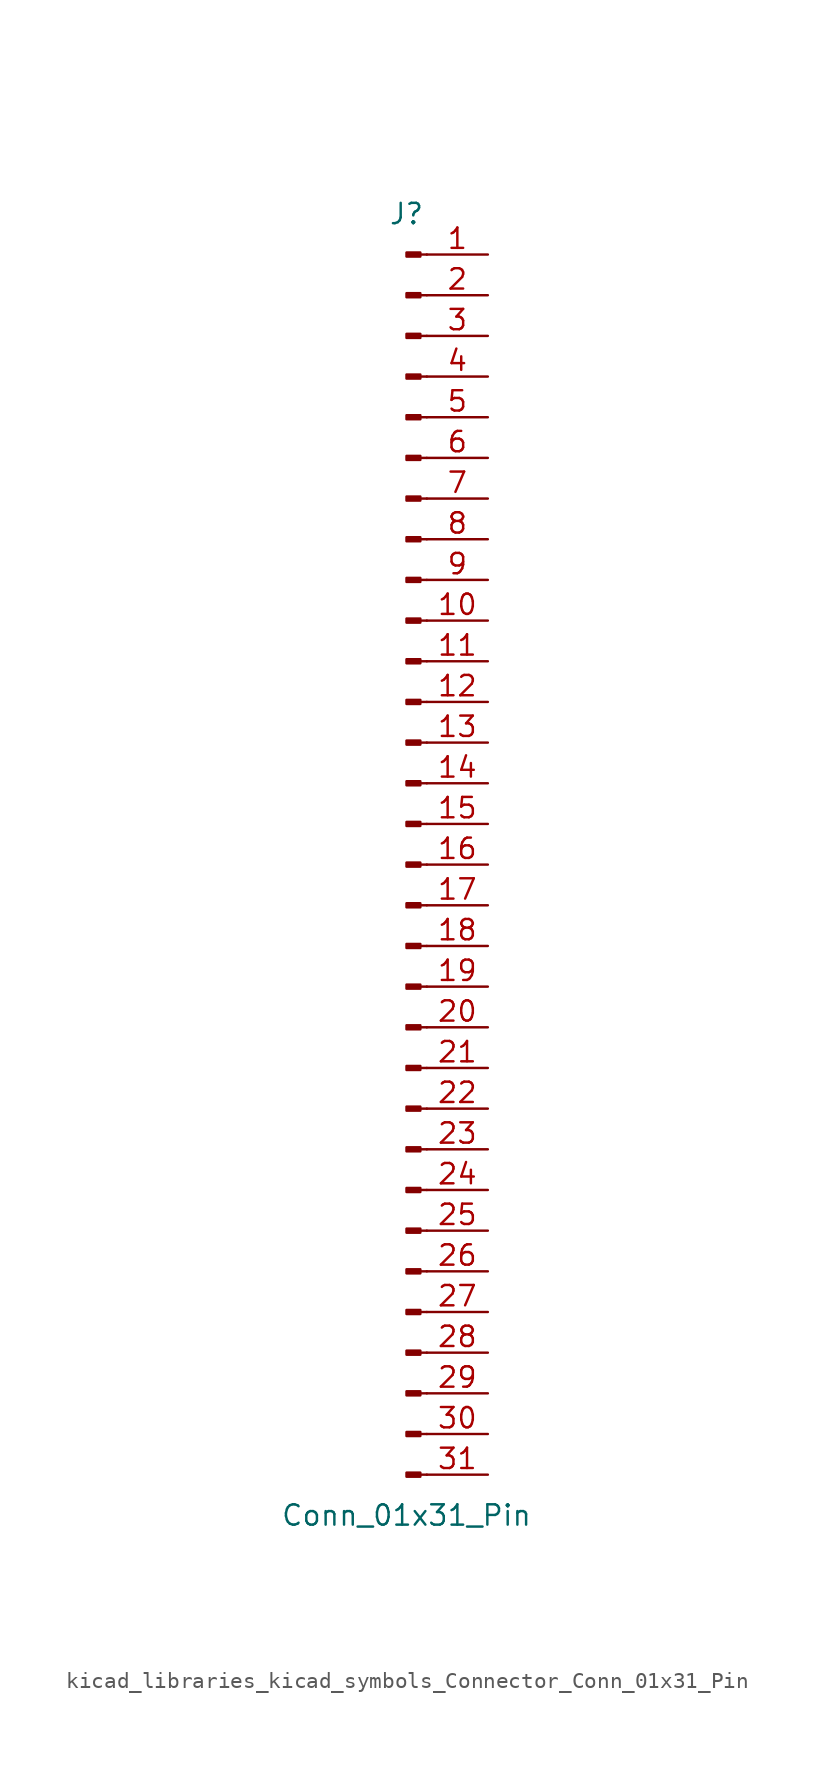
<source format=kicad_sym>
(kicad_symbol_lib
  (version 20220914)
  (generator kicad_symbol_editor)
  (symbol "kicad_libraries_kicad_symbols_Connector_Conn_01x31_Pin"
    (pin_names
      (offset 1.016) hide)
    (property "Reference" "J"
      (at 0 40.64 0)
      (effects (font (size 1.27 1.27))))
    (property "Value" "Conn_01x31_Pin"
      (at 0 -40.64 0)
      (effects (font (size 1.27 1.27))))
    (property "ki_locked" ""
      (at 0 0 0)
      (effects (font (size 1.27 1.27))))
    (symbol "kicad_libraries_kicad_symbols_Connector_Conn_01x31_Pin_1_1"
      (polyline (pts (xy 1.27 -38.1) (xy 0.864 -38.1)) (stroke (width 0.152) (type default)) (fill (type none)))
      (polyline (pts (xy 1.27 -35.56) (xy 0.864 -35.56)) (stroke (width 0.152) (type default)) (fill (type none)))
      (polyline (pts (xy 1.27 -33.02) (xy 0.864 -33.02)) (stroke (width 0.152) (type default)) (fill (type none)))
      (polyline (pts (xy 1.27 -30.48) (xy 0.864 -30.48)) (stroke (width 0.152) (type default)) (fill (type none)))
      (polyline (pts (xy 1.27 -27.94) (xy 0.864 -27.94)) (stroke (width 0.152) (type default)) (fill (type none)))
      (polyline (pts (xy 1.27 -25.4) (xy 0.864 -25.4)) (stroke (width 0.152) (type default)) (fill (type none)))
      (polyline (pts (xy 1.27 -22.86) (xy 0.864 -22.86)) (stroke (width 0.152) (type default)) (fill (type none)))
      (polyline (pts (xy 1.27 -20.32) (xy 0.864 -20.32)) (stroke (width 0.152) (type default)) (fill (type none)))
      (polyline (pts (xy 1.27 -17.78) (xy 0.864 -17.78)) (stroke (width 0.152) (type default)) (fill (type none)))
      (polyline (pts (xy 1.27 -15.24) (xy 0.864 -15.24)) (stroke (width 0.152) (type default)) (fill (type none)))
      (polyline (pts (xy 1.27 -12.7) (xy 0.864 -12.7)) (stroke (width 0.152) (type default)) (fill (type none)))
      (polyline (pts (xy 1.27 -10.16) (xy 0.864 -10.16)) (stroke (width 0.152) (type default)) (fill (type none)))
      (polyline (pts (xy 1.27 -7.62) (xy 0.864 -7.62)) (stroke (width 0.152) (type default)) (fill (type none)))
      (polyline (pts (xy 1.27 -5.08) (xy 0.864 -5.08)) (stroke (width 0.152) (type default)) (fill (type none)))
      (polyline (pts (xy 1.27 -2.54) (xy 0.864 -2.54)) (stroke (width 0.152) (type default)) (fill (type none)))
      (polyline (pts (xy 1.27 0) (xy 0.864 0)) (stroke (width 0.152) (type default)) (fill (type none)))
      (polyline (pts (xy 1.27 2.54) (xy 0.864 2.54)) (stroke (width 0.152) (type default)) (fill (type none)))
      (polyline (pts (xy 1.27 5.08) (xy 0.864 5.08)) (stroke (width 0.152) (type default)) (fill (type none)))
      (polyline (pts (xy 1.27 7.62) (xy 0.864 7.62)) (stroke (width 0.152) (type default)) (fill (type none)))
      (polyline (pts (xy 1.27 10.16) (xy 0.864 10.16)) (stroke (width 0.152) (type default)) (fill (type none)))
      (polyline (pts (xy 1.27 12.7) (xy 0.864 12.7)) (stroke (width 0.152) (type default)) (fill (type none)))
      (polyline (pts (xy 1.27 15.24) (xy 0.864 15.24)) (stroke (width 0.152) (type default)) (fill (type none)))
      (polyline (pts (xy 1.27 17.78) (xy 0.864 17.78)) (stroke (width 0.152) (type default)) (fill (type none)))
      (polyline (pts (xy 1.27 20.32) (xy 0.864 20.32)) (stroke (width 0.152) (type default)) (fill (type none)))
      (polyline (pts (xy 1.27 22.86) (xy 0.864 22.86)) (stroke (width 0.152) (type default)) (fill (type none)))
      (polyline (pts (xy 1.27 25.4) (xy 0.864 25.4)) (stroke (width 0.152) (type default)) (fill (type none)))
      (polyline (pts (xy 1.27 27.94) (xy 0.864 27.94)) (stroke (width 0.152) (type default)) (fill (type none)))
      (polyline (pts (xy 1.27 30.48) (xy 0.864 30.48)) (stroke (width 0.152) (type default)) (fill (type none)))
      (polyline (pts (xy 1.27 33.02) (xy 0.864 33.02)) (stroke (width 0.152) (type default)) (fill (type none)))
      (polyline (pts (xy 1.27 35.56) (xy 0.864 35.56)) (stroke (width 0.152) (type default)) (fill (type none)))
      (polyline (pts (xy 1.27 38.1) (xy 0.864 38.1)) (stroke (width 0.152) (type default)) (fill (type none)))
      (rectangle (start 0.864 -37.973) (end 0 -38.227) (stroke (width 0.152) (type default)) (fill (type outline)))
      (rectangle (start 0.864 -35.433) (end 0 -35.687) (stroke (width 0.152) (type default)) (fill (type outline)))
      (rectangle (start 0.864 -32.893) (end 0 -33.147) (stroke (width 0.152) (type default)) (fill (type outline)))
      (rectangle (start 0.864 -30.353) (end 0 -30.607) (stroke (width 0.152) (type default)) (fill (type outline)))
      (rectangle (start 0.864 -27.813) (end 0 -28.067) (stroke (width 0.152) (type default)) (fill (type outline)))
      (rectangle (start 0.864 -25.273) (end 0 -25.527) (stroke (width 0.152) (type default)) (fill (type outline)))
      (rectangle (start 0.864 -22.733) (end 0 -22.987) (stroke (width 0.152) (type default)) (fill (type outline)))
      (rectangle (start 0.864 -20.193) (end 0 -20.447) (stroke (width 0.152) (type default)) (fill (type outline)))
      (rectangle (start 0.864 -17.653) (end 0 -17.907) (stroke (width 0.152) (type default)) (fill (type outline)))
      (rectangle (start 0.864 -15.113) (end 0 -15.367) (stroke (width 0.152) (type default)) (fill (type outline)))
      (rectangle (start 0.864 -12.573) (end 0 -12.827) (stroke (width 0.152) (type default)) (fill (type outline)))
      (rectangle (start 0.864 -10.033) (end 0 -10.287) (stroke (width 0.152) (type default)) (fill (type outline)))
      (rectangle (start 0.864 -7.493) (end 0 -7.747) (stroke (width 0.152) (type default)) (fill (type outline)))
      (rectangle (start 0.864 -4.953) (end 0 -5.207) (stroke (width 0.152) (type default)) (fill (type outline)))
      (rectangle (start 0.864 -2.413) (end 0 -2.667) (stroke (width 0.152) (type default)) (fill (type outline)))
      (rectangle (start 0.864 0.127) (end 0 -0.127) (stroke (width 0.152) (type default)) (fill (type outline)))
      (rectangle (start 0.864 2.667) (end 0 2.413) (stroke (width 0.152) (type default)) (fill (type outline)))
      (rectangle (start 0.864 5.207) (end 0 4.953) (stroke (width 0.152) (type default)) (fill (type outline)))
      (rectangle (start 0.864 7.747) (end 0 7.493) (stroke (width 0.152) (type default)) (fill (type outline)))
      (rectangle (start 0.864 10.287) (end 0 10.033) (stroke (width 0.152) (type default)) (fill (type outline)))
      (rectangle (start 0.864 12.827) (end 0 12.573) (stroke (width 0.152) (type default)) (fill (type outline)))
      (rectangle (start 0.864 15.367) (end 0 15.113) (stroke (width 0.152) (type default)) (fill (type outline)))
      (rectangle (start 0.864 17.907) (end 0 17.653) (stroke (width 0.152) (type default)) (fill (type outline)))
      (rectangle (start 0.864 20.447) (end 0 20.193) (stroke (width 0.152) (type default)) (fill (type outline)))
      (rectangle (start 0.864 22.987) (end 0 22.733) (stroke (width 0.152) (type default)) (fill (type outline)))
      (rectangle (start 0.864 25.527) (end 0 25.273) (stroke (width 0.152) (type default)) (fill (type outline)))
      (rectangle (start 0.864 28.067) (end 0 27.813) (stroke (width 0.152) (type default)) (fill (type outline)))
      (rectangle (start 0.864 30.607) (end 0 30.353) (stroke (width 0.152) (type default)) (fill (type outline)))
      (rectangle (start 0.864 33.147) (end 0 32.893) (stroke (width 0.152) (type default)) (fill (type outline)))
      (rectangle (start 0.864 35.687) (end 0 35.433) (stroke (width 0.152) (type default)) (fill (type outline)))
      (rectangle (start 0.864 38.227) (end 0 37.973) (stroke (width 0.152) (type default)) (fill (type outline)))
      (pin passive line (at 5.08 38.1 180) (length 3.81) (name "Pin_1" (effects (font (size 1.27 1.27)))) (number "1" (effects (font (size 1.27 1.27)))))
      (pin passive line (at 5.08 15.24 180) (length 3.81) (name "Pin_10" (effects (font (size 1.27 1.27)))) (number "10" (effects (font (size 1.27 1.27)))))
      (pin passive line (at 5.08 12.7 180) (length 3.81) (name "Pin_11" (effects (font (size 1.27 1.27)))) (number "11" (effects (font (size 1.27 1.27)))))
      (pin passive line (at 5.08 10.16 180) (length 3.81) (name "Pin_12" (effects (font (size 1.27 1.27)))) (number "12" (effects (font (size 1.27 1.27)))))
      (pin passive line (at 5.08 7.62 180) (length 3.81) (name "Pin_13" (effects (font (size 1.27 1.27)))) (number "13" (effects (font (size 1.27 1.27)))))
      (pin passive line (at 5.08 5.08 180) (length 3.81) (name "Pin_14" (effects (font (size 1.27 1.27)))) (number "14" (effects (font (size 1.27 1.27)))))
      (pin passive line (at 5.08 2.54 180) (length 3.81) (name "Pin_15" (effects (font (size 1.27 1.27)))) (number "15" (effects (font (size 1.27 1.27)))))
      (pin passive line (at 5.08 0 180) (length 3.81) (name "Pin_16" (effects (font (size 1.27 1.27)))) (number "16" (effects (font (size 1.27 1.27)))))
      (pin passive line (at 5.08 -2.54 180) (length 3.81) (name "Pin_17" (effects (font (size 1.27 1.27)))) (number "17" (effects (font (size 1.27 1.27)))))
      (pin passive line (at 5.08 -5.08 180) (length 3.81) (name "Pin_18" (effects (font (size 1.27 1.27)))) (number "18" (effects (font (size 1.27 1.27)))))
      (pin passive line (at 5.08 -7.62 180) (length 3.81) (name "Pin_19" (effects (font (size 1.27 1.27)))) (number "19" (effects (font (size 1.27 1.27)))))
      (pin passive line (at 5.08 35.56 180) (length 3.81) (name "Pin_2" (effects (font (size 1.27 1.27)))) (number "2" (effects (font (size 1.27 1.27)))))
      (pin passive line (at 5.08 -10.16 180) (length 3.81) (name "Pin_20" (effects (font (size 1.27 1.27)))) (number "20" (effects (font (size 1.27 1.27)))))
      (pin passive line (at 5.08 -12.7 180) (length 3.81) (name "Pin_21" (effects (font (size 1.27 1.27)))) (number "21" (effects (font (size 1.27 1.27)))))
      (pin passive line (at 5.08 -15.24 180) (length 3.81) (name "Pin_22" (effects (font (size 1.27 1.27)))) (number "22" (effects (font (size 1.27 1.27)))))
      (pin passive line (at 5.08 -17.78 180) (length 3.81) (name "Pin_23" (effects (font (size 1.27 1.27)))) (number "23" (effects (font (size 1.27 1.27)))))
      (pin passive line (at 5.08 -20.32 180) (length 3.81) (name "Pin_24" (effects (font (size 1.27 1.27)))) (number "24" (effects (font (size 1.27 1.27)))))
      (pin passive line (at 5.08 -22.86 180) (length 3.81) (name "Pin_25" (effects (font (size 1.27 1.27)))) (number "25" (effects (font (size 1.27 1.27)))))
      (pin passive line (at 5.08 -25.4 180) (length 3.81) (name "Pin_26" (effects (font (size 1.27 1.27)))) (number "26" (effects (font (size 1.27 1.27)))))
      (pin passive line (at 5.08 -27.94 180) (length 3.81) (name "Pin_27" (effects (font (size 1.27 1.27)))) (number "27" (effects (font (size 1.27 1.27)))))
      (pin passive line (at 5.08 -30.48 180) (length 3.81) (name "Pin_28" (effects (font (size 1.27 1.27)))) (number "28" (effects (font (size 1.27 1.27)))))
      (pin passive line (at 5.08 -33.02 180) (length 3.81) (name "Pin_29" (effects (font (size 1.27 1.27)))) (number "29" (effects (font (size 1.27 1.27)))))
      (pin passive line (at 5.08 33.02 180) (length 3.81) (name "Pin_3" (effects (font (size 1.27 1.27)))) (number "3" (effects (font (size 1.27 1.27)))))
      (pin passive line (at 5.08 -35.56 180) (length 3.81) (name "Pin_30" (effects (font (size 1.27 1.27)))) (number "30" (effects (font (size 1.27 1.27)))))
      (pin passive line (at 5.08 -38.1 180) (length 3.81) (name "Pin_31" (effects (font (size 1.27 1.27)))) (number "31" (effects (font (size 1.27 1.27)))))
      (pin passive line (at 5.08 30.48 180) (length 3.81) (name "Pin_4" (effects (font (size 1.27 1.27)))) (number "4" (effects (font (size 1.27 1.27)))))
      (pin passive line (at 5.08 27.94 180) (length 3.81) (name "Pin_5" (effects (font (size 1.27 1.27)))) (number "5" (effects (font (size 1.27 1.27)))))
      (pin passive line (at 5.08 25.4 180) (length 3.81) (name "Pin_6" (effects (font (size 1.27 1.27)))) (number "6" (effects (font (size 1.27 1.27)))))
      (pin passive line (at 5.08 22.86 180) (length 3.81) (name "Pin_7" (effects (font (size 1.27 1.27)))) (number "7" (effects (font (size 1.27 1.27)))))
      (pin passive line (at 5.08 20.32 180) (length 3.81) (name "Pin_8" (effects (font (size 1.27 1.27)))) (number "8" (effects (font (size 1.27 1.27)))))
      (pin passive line (at 5.08 17.78 180) (length 3.81) (name "Pin_9" (effects (font (size 1.27 1.27)))) (number "9" (effects (font (size 1.27 1.27))))))))
</source>
